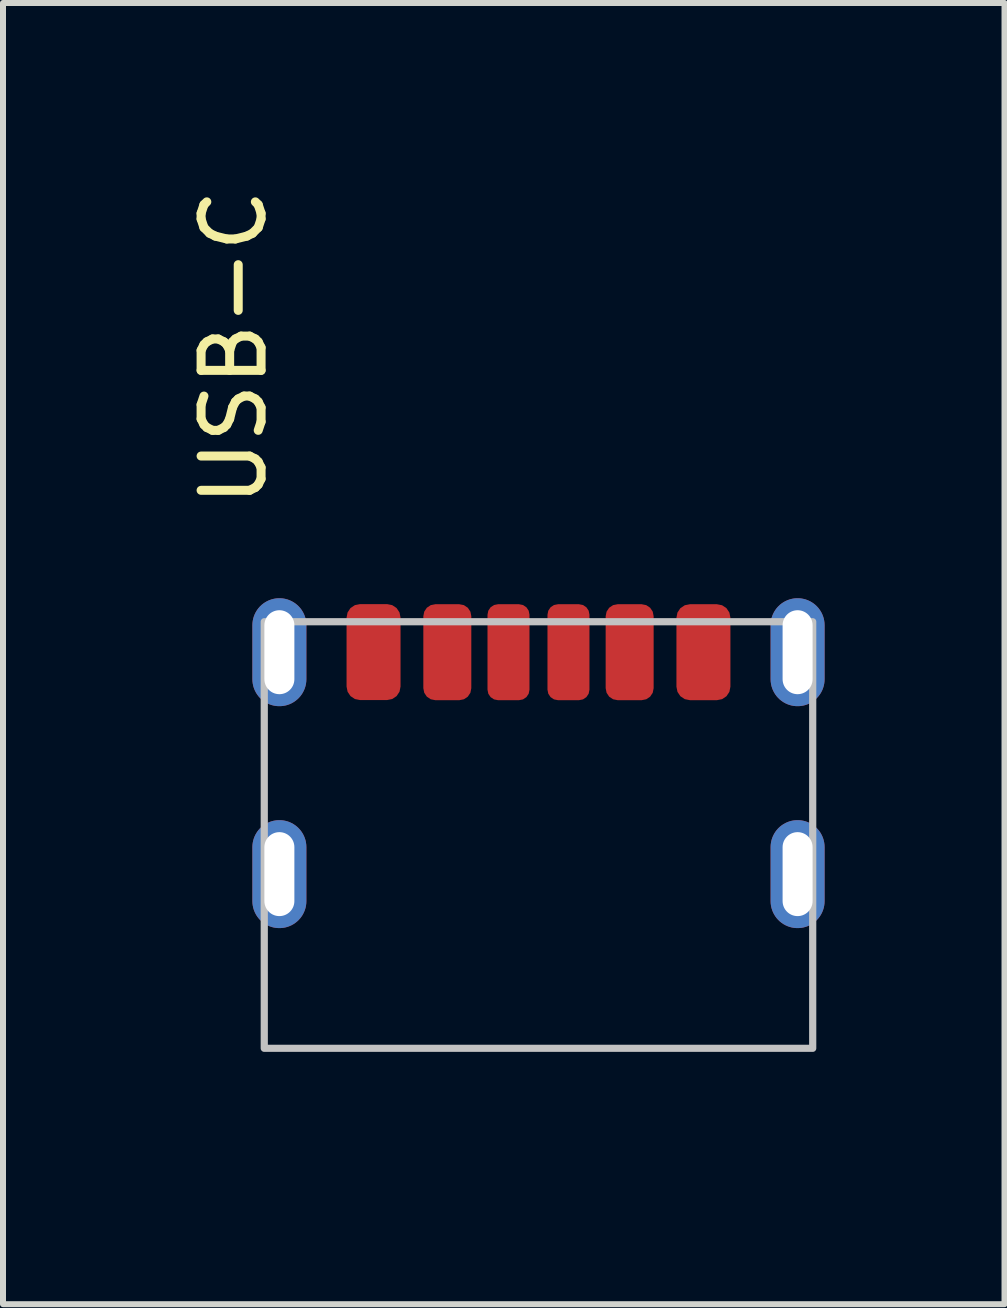
<source format=kicad_pcb>
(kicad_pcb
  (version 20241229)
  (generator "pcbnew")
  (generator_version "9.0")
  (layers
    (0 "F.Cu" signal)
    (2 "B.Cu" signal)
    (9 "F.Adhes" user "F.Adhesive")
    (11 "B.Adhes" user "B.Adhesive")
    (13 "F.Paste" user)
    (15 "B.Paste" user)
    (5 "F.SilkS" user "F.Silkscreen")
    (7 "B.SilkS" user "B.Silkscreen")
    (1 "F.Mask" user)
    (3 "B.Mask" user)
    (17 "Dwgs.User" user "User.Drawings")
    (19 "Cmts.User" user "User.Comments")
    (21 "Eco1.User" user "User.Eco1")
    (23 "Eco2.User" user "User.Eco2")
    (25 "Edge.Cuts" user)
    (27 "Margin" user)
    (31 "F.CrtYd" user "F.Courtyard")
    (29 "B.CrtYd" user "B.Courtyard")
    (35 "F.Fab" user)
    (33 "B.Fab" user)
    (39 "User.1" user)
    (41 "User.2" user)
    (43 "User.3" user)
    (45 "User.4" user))
  (footprint "USB-C"
    (layer "F.Cu")
    (at 5.928 15.444)
    (property "Reference" "USB-C" (at -5.08 -12.7 90) (unlocked yes) (layer "F.SilkS") (effects (font (size 1 1) (thickness 0.15))))
    (attr smd)
    (fp_rect (start -4.572 -8.128) (end 4.572 -1.016) (stroke (width 0.12) (type solid)) (fill no) (layer "Dwgs.User"))
    (pad "" np_thru_hole oval (at -4.32 -7.62) (size 0.9 1.8) (drill oval 0.5 1.4) (layers "*.Cu" "*.Mask"))
    (pad "" np_thru_hole oval (at -4.32 -3.92) (size 0.9 1.8) (drill oval 0.5 1.4) (layers "*.Cu" "*.Mask"))
    (pad "" np_thru_hole oval (at 4.32 -7.62) (size 0.9 1.8) (drill oval 0.5 1.4) (layers "*.Cu" "*.Mask"))
    (pad "" np_thru_hole oval (at 4.32 -3.92) (size 0.9 1.8) (drill oval 0.5 1.4) (layers "*.Cu" "*.Mask"))
    (pad "1" smd roundrect (at -2.75 -7.622) (size 0.9 1.6) (layers "F.Cu" "F.Mask" "F.Paste") (roundrect_rratio 0.25))
    (pad "2" smd roundrect (at -1.52 -7.62) (size 0.8 1.6) (layers "F.Cu" "F.Mask" "F.Paste") (roundrect_rratio 0.25))
    (pad "3" smd roundrect (at -0.5 -7.62) (size 0.7 1.6) (layers "F.Cu" "F.Mask" "F.Paste") (roundrect_rratio 0.25))
    (pad "4" smd roundrect (at 0.5 -7.62) (size 0.7 1.6) (layers "F.Cu" "F.Mask" "F.Paste") (roundrect_rratio 0.25))
    (pad "5" smd roundrect (at 1.52 -7.62) (size 0.8 1.6) (layers "F.Cu" "F.Mask" "F.Paste") (roundrect_rratio 0.25))
    (pad "6" smd roundrect (at 2.75 -7.62) (size 0.9 1.6) (layers "F.Cu" "F.Mask" "F.Paste") (roundrect_rratio 0.25)))
  (gr_rect
    (start -3 -3)
    (end 13.698 18.694)
    (stroke (width 0.1) (type default))
    (fill no)
    (layer "Edge.Cuts")))
</source>
